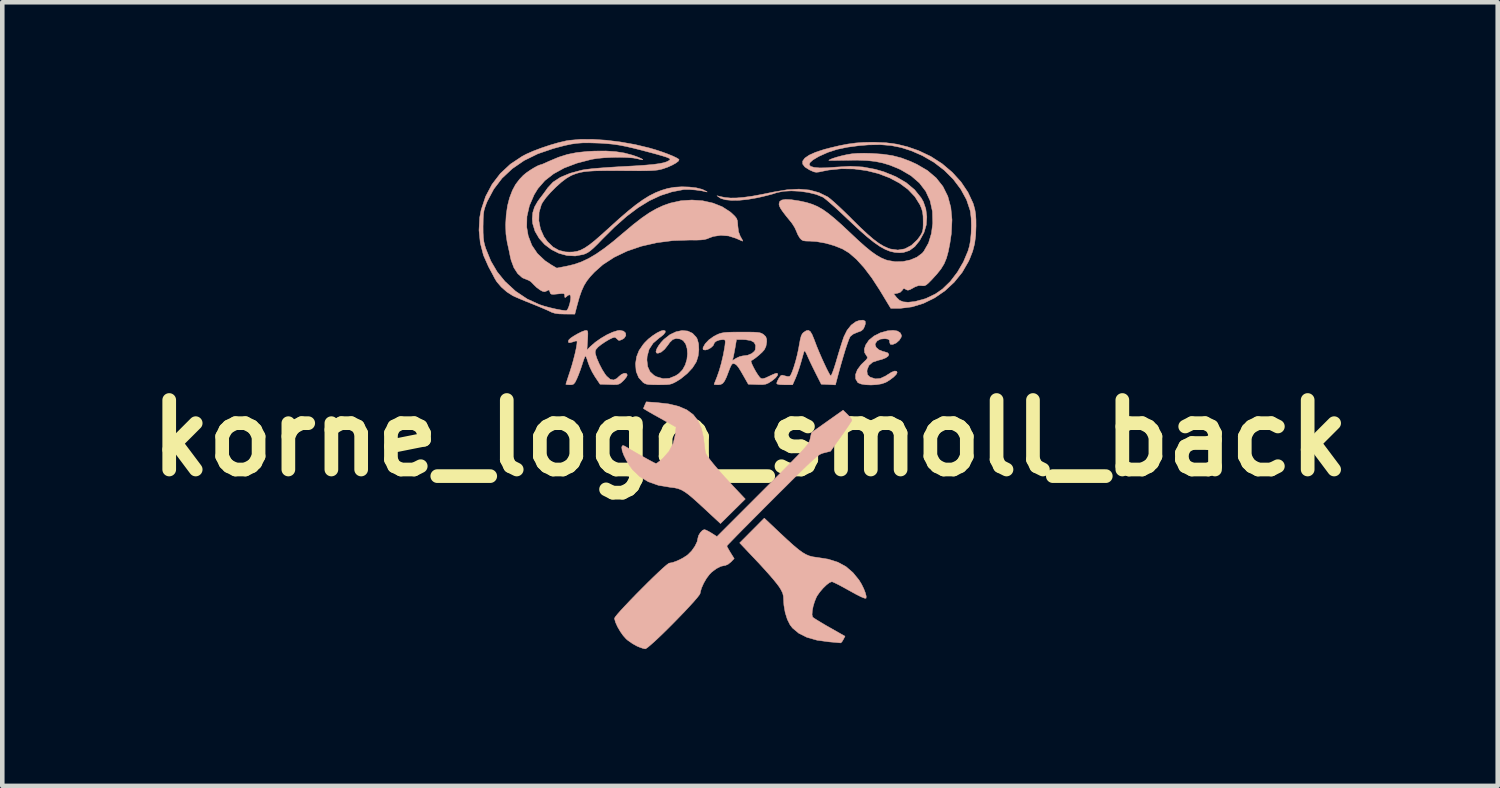
<source format=kicad_pcb>
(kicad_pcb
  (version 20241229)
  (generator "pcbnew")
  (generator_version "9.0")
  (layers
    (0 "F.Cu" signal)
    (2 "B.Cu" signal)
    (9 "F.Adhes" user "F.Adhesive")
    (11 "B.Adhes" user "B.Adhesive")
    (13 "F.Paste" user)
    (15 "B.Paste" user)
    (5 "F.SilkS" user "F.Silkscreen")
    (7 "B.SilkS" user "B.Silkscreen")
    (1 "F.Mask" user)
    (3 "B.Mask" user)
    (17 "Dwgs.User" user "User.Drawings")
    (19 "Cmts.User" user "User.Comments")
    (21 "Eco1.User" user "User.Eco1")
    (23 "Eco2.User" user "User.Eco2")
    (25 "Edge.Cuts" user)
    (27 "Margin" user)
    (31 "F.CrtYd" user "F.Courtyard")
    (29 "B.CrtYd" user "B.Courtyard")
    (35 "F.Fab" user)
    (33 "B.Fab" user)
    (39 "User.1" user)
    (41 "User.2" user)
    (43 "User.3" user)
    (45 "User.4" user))
  (footprint "korne_logo_smoll_back"
    (layer "F.Cu")
    (at 13.397 6.556)
    (property "Reference" "korne_logo_smoll_back" (at 0 0 0) (layer "F.SilkS") (effects (font (size 1.524 1.524) (thickness 0.3))))
    (attr through_hole)
    (fp_poly (pts (xy -2.044 -0.778) (xy -1.782 -0.748) (xy -1.564 -0.695) (xy -1.386 -0.618) (xy -1.246 -0.514) (xy -1.141 -0.38) (xy -1.067 -0.215) (xy -1.022 -0.016) (xy -1.015 0.039) (xy -1.002 0.147) (xy -0.99 0.24) (xy -0.981 0.304) (xy -0.978 0.318) (xy -0.953 0.37) (xy -0.895 0.453) (xy -0.807 0.564) (xy -0.693 0.699) (xy -0.556 0.854) (xy -0.398 1.024) (xy -0.389 1.035) (xy -0.104 1.337) (xy -0.376 1.606) (xy -0.648 1.875) (xy -0.985 1.562) (xy -1.137 1.422) (xy -1.259 1.313) (xy -1.358 1.231) (xy -1.442 1.172) (xy -1.515 1.132) (xy -1.586 1.106) (xy -1.66 1.09) (xy -1.745 1.08) (xy -1.746 1.08) (xy -2.006 1.037) (xy -2.229 0.959) (xy -2.417 0.846) (xy -2.573 0.697) (xy -2.637 0.61) (xy -2.712 0.488) (xy -2.769 0.373) (xy -2.804 0.276) (xy -2.813 0.206) (xy -2.81 0.189) (xy -2.795 0.165) (xy -2.768 0.167) (xy -2.714 0.196) (xy -2.711 0.198) (xy -2.6 0.264) (xy -2.48 0.334) (xy -2.361 0.401) (xy -2.251 0.462) (xy -2.159 0.512) (xy -2.093 0.546) (xy -2.062 0.559) (xy -2.061 0.559) (xy -2.032 0.543) (xy -1.977 0.501) (xy -1.909 0.443) (xy -1.775 0.29) (xy -1.683 0.113) (xy -1.637 -0.081) (xy -1.637 -0.089) (xy -1.622 -0.241) (xy -1.979 -0.441) (xy -2.1 -0.508) (xy -2.203 -0.567) (xy -2.281 -0.613) (xy -2.328 -0.642) (xy -2.337 -0.649) (xy -2.327 -0.676) (xy -2.306 -0.726) (xy -2.275 -0.794) (xy -2.044 -0.778)) (stroke (width 0.01) (type solid)) (fill yes) (layer "B.SilkS"))
    (fp_poly (pts (xy 3.229 -2.348) (xy 3.293 -2.309) (xy 3.321 -2.253) (xy 3.317 -2.216) (xy 3.274 -2.146) (xy 3.206 -2.085) (xy 3.132 -2.053) (xy 3.124 -2.052) (xy 3.078 -2.056) (xy 3.063 -2.092) (xy 3.062 -2.108) (xy 3.055 -2.149) (xy 3.027 -2.169) (xy 2.964 -2.179) (xy 2.954 -2.179) (xy 2.862 -2.17) (xy 2.789 -2.132) (xy 2.748 -2.074) (xy 2.743 -2.045) (xy 2.767 -1.986) (xy 2.828 -1.934) (xy 2.916 -1.899) (xy 2.944 -1.893) (xy 3.017 -1.87) (xy 3.044 -1.837) (xy 3.03 -1.799) (xy 2.978 -1.76) (xy 2.891 -1.725) (xy 2.806 -1.704) (xy 2.687 -1.663) (xy 2.607 -1.593) (xy 2.568 -1.499) (xy 2.565 -1.46) (xy 2.575 -1.392) (xy 2.614 -1.35) (xy 2.64 -1.334) (xy 2.75 -1.298) (xy 2.858 -1.307) (xy 2.975 -1.362) (xy 3.008 -1.384) (xy 3.102 -1.443) (xy 3.173 -1.47) (xy 3.215 -1.464) (xy 3.226 -1.437) (xy 3.205 -1.395) (xy 3.15 -1.339) (xy 3.071 -1.279) (xy 2.98 -1.223) (xy 2.969 -1.218) (xy 2.884 -1.189) (xy 2.773 -1.171) (xy 2.653 -1.164) (xy 2.536 -1.169) (xy 2.437 -1.185) (xy 2.371 -1.212) (xy 2.362 -1.219) (xy 2.316 -1.298) (xy 2.314 -1.393) (xy 2.354 -1.498) (xy 2.436 -1.608) (xy 2.49 -1.661) (xy 2.549 -1.717) (xy 2.574 -1.753) (xy 2.572 -1.781) (xy 2.559 -1.799) (xy 2.513 -1.873) (xy 2.507 -1.951) (xy 2.536 -2.041) (xy 2.608 -2.147) (xy 2.719 -2.238) (xy 2.858 -2.308) (xy 3.012 -2.351) (xy 3.137 -2.362) (xy 3.229 -2.348)) (stroke (width 0.01) (type solid)) (fill yes) (layer "B.SilkS"))
    (fp_poly (pts (xy 0.652 2.077) (xy 0.814 2.228) (xy 0.946 2.347) (xy 1.054 2.438) (xy 1.146 2.506) (xy 1.226 2.553) (xy 1.3 2.584) (xy 1.377 2.604) (xy 1.46 2.616) (xy 1.471 2.617) (xy 1.718 2.657) (xy 1.927 2.723) (xy 2.105 2.82) (xy 2.258 2.952) (xy 2.39 3.114) (xy 2.446 3.206) (xy 2.494 3.304) (xy 2.529 3.395) (xy 2.548 3.468) (xy 2.545 3.51) (xy 2.543 3.513) (xy 2.509 3.511) (xy 2.434 3.481) (xy 2.319 3.423) (xy 2.176 3.344) (xy 2.055 3.277) (xy 1.947 3.219) (xy 1.862 3.177) (xy 1.807 3.153) (xy 1.793 3.15) (xy 1.743 3.169) (xy 1.676 3.22) (xy 1.602 3.292) (xy 1.53 3.376) (xy 1.472 3.459) (xy 1.456 3.488) (xy 1.416 3.585) (xy 1.384 3.691) (xy 1.365 3.792) (xy 1.36 3.875) (xy 1.373 3.925) (xy 1.373 3.927) (xy 1.404 3.95) (xy 1.47 3.992) (xy 1.564 4.049) (xy 1.677 4.116) (xy 1.741 4.152) (xy 2.083 4.346) (xy 2.044 4.421) (xy 2.013 4.471) (xy 1.988 4.492) (xy 1.987 4.492) (xy 1.955 4.489) (xy 1.885 4.482) (xy 1.789 4.474) (xy 1.734 4.469) (xy 1.47 4.433) (xy 1.248 4.37) (xy 1.068 4.28) (xy 0.931 4.165) (xy 0.878 4.096) (xy 0.818 3.976) (xy 0.771 3.826) (xy 0.743 3.664) (xy 0.737 3.555) (xy 0.732 3.468) (xy 0.715 3.398) (xy 0.677 3.322) (xy 0.639 3.261) (xy 0.592 3.198) (xy 0.517 3.105) (xy 0.42 2.993) (xy 0.308 2.868) (xy 0.189 2.738) (xy 0.157 2.705) (xy -0.227 2.299) (xy 0.313 1.756) (xy 0.652 2.077)) (stroke (width 0.01) (type solid)) (fill yes) (layer "B.SilkS"))
    (fp_poly (pts (xy -1.859 -2.35) (xy -1.86 -2.317) (xy -1.898 -2.268) (xy -1.972 -2.209) (xy -1.991 -2.196) (xy -2.125 -2.081) (xy -2.213 -1.947) (xy -2.256 -1.79) (xy -2.261 -1.711) (xy -2.244 -1.566) (xy -2.193 -1.455) (xy -2.105 -1.374) (xy -2.051 -1.345) (xy -1.908 -1.303) (xy -1.769 -1.31) (xy -1.63 -1.367) (xy -1.557 -1.416) (xy -1.478 -1.499) (xy -1.42 -1.605) (xy -1.384 -1.724) (xy -1.371 -1.847) (xy -1.38 -1.964) (xy -1.411 -2.064) (xy -1.466 -2.138) (xy -1.533 -2.173) (xy -1.623 -2.184) (xy -1.694 -2.161) (xy -1.76 -2.097) (xy -1.796 -2.046) (xy -1.872 -1.949) (xy -1.948 -1.885) (xy -2.017 -1.86) (xy -2.048 -1.864) (xy -2.063 -1.894) (xy -2.048 -1.949) (xy -2.007 -2.022) (xy -1.946 -2.103) (xy -1.888 -2.164) (xy -1.757 -2.267) (xy -1.622 -2.331) (xy -1.49 -2.358) (xy -1.367 -2.347) (xy -1.261 -2.298) (xy -1.179 -2.21) (xy -1.157 -2.171) (xy -1.128 -2.065) (xy -1.122 -1.935) (xy -1.138 -1.799) (xy -1.175 -1.678) (xy -1.18 -1.668) (xy -1.261 -1.541) (xy -1.379 -1.414) (xy -1.518 -1.301) (xy -1.586 -1.258) (xy -1.655 -1.218) (xy -1.712 -1.192) (xy -1.769 -1.177) (xy -1.842 -1.171) (xy -1.944 -1.169) (xy -2.008 -1.168) (xy -2.133 -1.17) (xy -2.219 -1.174) (xy -2.277 -1.184) (xy -2.318 -1.202) (xy -2.347 -1.222) (xy -2.442 -1.327) (xy -2.497 -1.462) (xy -2.51 -1.622) (xy -2.51 -1.636) (xy -2.486 -1.786) (xy -2.434 -1.918) (xy -2.345 -2.049) (xy -2.305 -2.096) (xy -2.229 -2.171) (xy -2.136 -2.244) (xy -2.041 -2.306) (xy -1.956 -2.348) (xy -1.899 -2.362) (xy -1.859 -2.35)) (stroke (width 0.01) (type solid)) (fill yes) (layer "B.SilkS"))
    (fp_poly (pts (xy 2.525 -2.563) (xy 2.53 -2.508) (xy 2.512 -2.449) (xy 2.482 -2.388) (xy 2.438 -2.35) (xy 2.364 -2.322) (xy 2.356 -2.32) (xy 2.263 -2.28) (xy 2.2 -2.23) (xy 2.195 -2.223) (xy 2.17 -2.17) (xy 2.135 -2.074) (xy 2.091 -1.943) (xy 2.043 -1.783) (xy 1.99 -1.601) (xy 1.936 -1.403) (xy 1.929 -1.377) (xy 1.873 -1.166) (xy 1.718 -1.174) (xy 1.562 -1.181) (xy 1.434 -1.435) (xy 1.375 -1.554) (xy 1.319 -1.67) (xy 1.274 -1.768) (xy 1.253 -1.816) (xy 1.22 -1.885) (xy 1.196 -1.912) (xy 1.187 -1.905) (xy 1.174 -1.864) (xy 1.153 -1.788) (xy 1.126 -1.692) (xy 1.118 -1.664) (xy 1.082 -1.544) (xy 1.04 -1.42) (xy 1 -1.319) (xy 0.998 -1.314) (xy 0.933 -1.168) (xy 0.759 -1.168) (xy 0.656 -1.172) (xy 0.6 -1.183) (xy 0.584 -1.2) (xy 0.597 -1.242) (xy 0.627 -1.302) (xy 0.634 -1.313) (xy 0.67 -1.365) (xy 0.703 -1.38) (xy 0.752 -1.368) (xy 0.757 -1.366) (xy 0.821 -1.35) (xy 0.868 -1.352) (xy 0.894 -1.384) (xy 0.926 -1.456) (xy 0.962 -1.559) (xy 1 -1.684) (xy 1.035 -1.821) (xy 1.065 -1.96) (xy 1.08 -2.046) (xy 1.102 -2.164) (xy 1.123 -2.242) (xy 1.149 -2.291) (xy 1.175 -2.317) (xy 1.234 -2.355) (xy 1.28 -2.363) (xy 1.321 -2.337) (xy 1.36 -2.273) (xy 1.405 -2.164) (xy 1.419 -2.127) (xy 1.463 -2.011) (xy 1.516 -1.883) (xy 1.573 -1.752) (xy 1.63 -1.627) (xy 1.682 -1.517) (xy 1.727 -1.43) (xy 1.759 -1.376) (xy 1.77 -1.364) (xy 1.785 -1.382) (xy 1.81 -1.44) (xy 1.843 -1.532) (xy 1.88 -1.648) (xy 1.898 -1.71) (xy 1.94 -1.853) (xy 1.983 -1.993) (xy 2.022 -2.115) (xy 2.053 -2.207) (xy 2.059 -2.223) (xy 2.128 -2.363) (xy 2.218 -2.476) (xy 2.319 -2.551) (xy 2.397 -2.579) (xy 2.481 -2.586) (xy 2.525 -2.563)) (stroke (width 0.01) (type solid)) (fill yes) (layer "B.SilkS"))
    (fp_poly (pts (xy -2.774 -2.345) (xy -2.729 -2.303) (xy -2.723 -2.248) (xy -2.759 -2.192) (xy -2.805 -2.162) (xy -2.859 -2.141) (xy -2.89 -2.147) (xy -2.909 -2.168) (xy -2.95 -2.203) (xy -2.975 -2.21) (xy -3.022 -2.195) (xy -3.095 -2.159) (xy -3.18 -2.108) (xy -3.263 -2.052) (xy -3.329 -1.999) (xy -3.335 -1.993) (xy -3.382 -1.939) (xy -3.396 -1.888) (xy -3.39 -1.845) (xy -3.359 -1.747) (xy -3.307 -1.627) (xy -3.244 -1.505) (xy -3.179 -1.402) (xy -3.145 -1.358) (xy -3.067 -1.29) (xy -2.994 -1.273) (xy -2.922 -1.305) (xy -2.879 -1.346) (xy -2.82 -1.395) (xy -2.761 -1.42) (xy -2.714 -1.418) (xy -2.693 -1.387) (xy -2.692 -1.381) (xy -2.71 -1.34) (xy -2.754 -1.284) (xy -2.784 -1.253) (xy -2.831 -1.21) (xy -2.872 -1.185) (xy -2.92 -1.173) (xy -2.99 -1.171) (xy -3.083 -1.174) (xy -3.289 -1.181) (xy -3.398 -1.343) (xy -3.46 -1.447) (xy -3.515 -1.561) (xy -3.55 -1.654) (xy -3.575 -1.732) (xy -3.597 -1.786) (xy -3.608 -1.803) (xy -3.622 -1.781) (xy -3.645 -1.722) (xy -3.674 -1.637) (xy -3.68 -1.616) (xy -3.718 -1.502) (xy -3.761 -1.387) (xy -3.798 -1.299) (xy -3.835 -1.224) (xy -3.867 -1.185) (xy -3.905 -1.17) (xy -3.949 -1.168) (xy -4.008 -1.171) (xy -4.038 -1.178) (xy -4.039 -1.179) (xy -4.031 -1.206) (xy -4.01 -1.271) (xy -3.98 -1.364) (xy -3.948 -1.46) (xy -3.908 -1.587) (xy -3.871 -1.72) (xy -3.838 -1.849) (xy -3.813 -1.963) (xy -3.797 -2.055) (xy -3.792 -2.113) (xy -3.796 -2.128) (xy -3.825 -2.128) (xy -3.88 -2.111) (xy -3.886 -2.108) (xy -3.953 -2.09) (xy -3.985 -2.102) (xy -3.979 -2.142) (xy -3.972 -2.154) (xy -3.934 -2.191) (xy -3.864 -2.238) (xy -3.779 -2.287) (xy -3.693 -2.33) (xy -3.624 -2.356) (xy -3.597 -2.361) (xy -3.574 -2.358) (xy -3.561 -2.34) (xy -3.556 -2.297) (xy -3.558 -2.221) (xy -3.562 -2.147) (xy -3.576 -1.932) (xy -3.5 -2.008) (xy -3.394 -2.1) (xy -3.27 -2.187) (xy -3.139 -2.264) (xy -3.013 -2.322) (xy -2.904 -2.356) (xy -2.854 -2.362) (xy -2.774 -2.345)) (stroke (width 0.01) (type solid)) (fill yes) (layer "B.SilkS"))
    (fp_poly (pts (xy -0.031 -2.324) (xy 0.082 -2.322) (xy 0.161 -2.317) (xy 0.216 -2.309) (xy 0.254 -2.296) (xy 0.285 -2.278) (xy 0.297 -2.27) (xy 0.345 -2.223) (xy 0.364 -2.168) (xy 0.366 -2.11) (xy 0.349 -2.01) (xy 0.313 -1.936) (xy 0.265 -1.882) (xy 0.196 -1.819) (xy 0.121 -1.758) (xy 0.056 -1.713) (xy 0.025 -1.697) (xy 0.023 -1.673) (xy 0.043 -1.619) (xy 0.078 -1.546) (xy 0.122 -1.466) (xy 0.168 -1.392) (xy 0.21 -1.335) (xy 0.237 -1.31) (xy 0.276 -1.301) (xy 0.336 -1.317) (xy 0.414 -1.353) (xy 0.493 -1.39) (xy 0.555 -1.415) (xy 0.582 -1.422) (xy 0.609 -1.409) (xy 0.601 -1.373) (xy 0.562 -1.323) (xy 0.497 -1.268) (xy 0.472 -1.25) (xy 0.404 -1.207) (xy 0.348 -1.183) (xy 0.286 -1.173) (xy 0.199 -1.172) (xy 0.154 -1.174) (xy -0.038 -1.181) (xy -0.142 -1.364) (xy -0.206 -1.475) (xy -0.253 -1.549) (xy -0.289 -1.594) (xy -0.32 -1.619) (xy -0.354 -1.633) (xy -0.354 -1.633) (xy -0.382 -1.631) (xy -0.407 -1.606) (xy -0.436 -1.547) (xy -0.469 -1.462) (xy -0.517 -1.336) (xy -0.558 -1.252) (xy -0.597 -1.201) (xy -0.641 -1.176) (xy -0.696 -1.168) (xy -0.7 -1.168) (xy -0.758 -1.171) (xy -0.787 -1.176) (xy -0.787 -1.177) (xy -0.779 -1.203) (xy -0.755 -1.263) (xy -0.723 -1.343) (xy -0.675 -1.481) (xy -0.627 -1.648) (xy -0.616 -1.698) (xy -0.388 -1.698) (xy -0.302 -1.751) (xy -0.227 -1.786) (xy -0.154 -1.803) (xy -0.145 -1.803) (xy -0.048 -1.817) (xy 0.039 -1.854) (xy 0.099 -1.906) (xy 0.116 -1.939) (xy 0.123 -2.031) (xy 0.091 -2.097) (xy 0.018 -2.138) (xy -0.099 -2.157) (xy -0.155 -2.159) (xy -0.297 -2.159) (xy -0.326 -1.988) (xy -0.344 -1.891) (xy -0.36 -1.807) (xy -0.372 -1.757) (xy -0.388 -1.698) (xy -0.616 -1.698) (xy -0.586 -1.825) (xy -0.556 -1.99) (xy -0.549 -2.038) (xy -0.542 -2.111) (xy -0.548 -2.146) (xy -0.571 -2.158) (xy -0.596 -2.159) (xy -0.676 -2.149) (xy -0.743 -2.123) (xy -0.783 -2.088) (xy -0.787 -2.073) (xy -0.809 -2.027) (xy -0.861 -1.979) (xy -0.927 -1.943) (xy -0.983 -1.93) (xy -1.027 -1.938) (xy -1.032 -1.969) (xy -1.028 -1.988) (xy -0.982 -2.069) (xy -0.901 -2.154) (xy -0.796 -2.229) (xy -0.727 -2.265) (xy -0.674 -2.288) (xy -0.621 -2.303) (xy -0.561 -2.314) (xy -0.481 -2.32) (xy -0.373 -2.323) (xy -0.226 -2.324) (xy -0.186 -2.324) (xy -0.031 -2.324)) (stroke (width 0.01) (type solid)) (fill yes) (layer "B.SilkS"))
    (fp_poly (pts (xy 2.138 -0.516) (xy 2.192 -0.458) (xy 2.227 -0.412) (xy 2.234 -0.395) (xy 2.22 -0.366) (xy 2.181 -0.304) (xy 2.122 -0.216) (xy 2.049 -0.109) (xy 1.999 -0.04) (xy 1.765 0.289) (xy 1.626 0.324) (xy 1.595 0.332) (xy 1.565 0.343) (xy 1.533 0.358) (xy 1.497 0.382) (xy 1.452 0.417) (xy 1.395 0.465) (xy 1.324 0.53) (xy 1.234 0.615) (xy 1.124 0.722) (xy 0.99 0.855) (xy 0.828 1.016) (xy 0.635 1.208) (xy 0.489 1.354) (xy 0.303 1.54) (xy 0.129 1.715) (xy -0.031 1.876) (xy -0.174 2.02) (xy -0.295 2.143) (xy -0.392 2.243) (xy -0.462 2.315) (xy -0.501 2.357) (xy -0.508 2.367) (xy -0.496 2.396) (xy -0.463 2.454) (xy -0.428 2.514) (xy -0.347 2.643) (xy -0.42 2.718) (xy -0.481 2.767) (xy -0.54 2.793) (xy -0.552 2.794) (xy -0.641 2.813) (xy -0.742 2.865) (xy -0.841 2.94) (xy -0.888 2.988) (xy -0.955 3.077) (xy -1.016 3.182) (xy -1.063 3.287) (xy -1.089 3.375) (xy -1.092 3.402) (xy -1.11 3.437) (xy -1.159 3.501) (xy -1.235 3.589) (xy -1.332 3.695) (xy -1.444 3.815) (xy -1.568 3.943) (xy -1.696 4.074) (xy -1.825 4.203) (xy -1.948 4.323) (xy -2.061 4.43) (xy -2.159 4.518) (xy -2.235 4.583) (xy -2.284 4.618) (xy -2.298 4.623) (xy -2.349 4.612) (xy -2.425 4.585) (xy -2.48 4.562) (xy -2.578 4.507) (xy -2.677 4.438) (xy -2.714 4.407) (xy -2.779 4.335) (xy -2.846 4.24) (xy -2.906 4.137) (xy -2.95 4.039) (xy -2.971 3.963) (xy -2.972 3.952) (xy -2.954 3.921) (xy -2.905 3.86) (xy -2.83 3.775) (xy -2.733 3.671) (xy -2.621 3.553) (xy -2.498 3.426) (xy -2.37 3.297) (xy -2.242 3.169) (xy -2.119 3.049) (xy -2.007 2.942) (xy -1.911 2.853) (xy -1.835 2.787) (xy -1.786 2.75) (xy -1.772 2.743) (xy -1.696 2.729) (xy -1.596 2.692) (xy -1.489 2.64) (xy -1.392 2.58) (xy -1.36 2.555) (xy -1.278 2.472) (xy -1.208 2.372) (xy -1.16 2.273) (xy -1.143 2.193) (xy -1.127 2.135) (xy -1.089 2.073) (xy -1.042 2.024) (xy -1.002 2.007) (xy -0.962 2.019) (xy -0.897 2.053) (xy -0.846 2.083) (xy -0.725 2.16) (xy 0.282 1.153) (xy 0.497 0.938) (xy 0.68 0.755) (xy 0.832 0.601) (xy 0.957 0.474) (xy 1.058 0.371) (xy 1.136 0.287) (xy 1.196 0.221) (xy 1.24 0.168) (xy 1.271 0.127) (xy 1.292 0.092) (xy 1.305 0.063) (xy 1.314 0.034) (xy 1.319 0.013) (xy 1.349 -0.121) (xy 1.695 -0.366) (xy 2.041 -0.611) (xy 2.138 -0.516)) (stroke (width 0.01) (type solid)) (fill yes) (layer "B.SilkS"))
    (fp_poly (pts (xy 2.718 -6.487) (xy 2.983 -6.476) (xy 3.222 -6.444) (xy 3.456 -6.386) (xy 3.695 -6.303) (xy 3.963 -6.176) (xy 4.212 -6.016) (xy 4.435 -5.827) (xy 4.626 -5.617) (xy 4.779 -5.389) (xy 4.89 -5.152) (xy 4.905 -5.105) (xy 4.931 -5.009) (xy 4.947 -4.908) (xy 4.955 -4.787) (xy 4.956 -4.648) (xy 4.948 -4.44) (xy 4.925 -4.263) (xy 4.883 -4.099) (xy 4.818 -3.932) (xy 4.791 -3.873) (xy 4.652 -3.633) (xy 4.477 -3.417) (xy 4.274 -3.229) (xy 4.048 -3.074) (xy 3.806 -2.955) (xy 3.554 -2.877) (xy 3.299 -2.845) (xy 3.26 -2.845) (xy 3.086 -2.845) (xy 2.845 -3.244) (xy 2.672 -3.51) (xy 2.501 -3.736) (xy 2.334 -3.92) (xy 2.172 -4.06) (xy 2.03 -4.146) (xy 1.848 -4.219) (xy 1.65 -4.275) (xy 1.456 -4.309) (xy 1.323 -4.318) (xy 1.227 -4.32) (xy 1.167 -4.328) (xy 1.129 -4.348) (xy 1.096 -4.382) (xy 1.095 -4.383) (xy 1.052 -4.453) (xy 1.016 -4.536) (xy 1.014 -4.542) (xy 0.98 -4.616) (xy 0.926 -4.702) (xy 0.892 -4.746) (xy 0.79 -4.871) (xy 0.719 -4.964) (xy 0.672 -5.033) (xy 0.646 -5.085) (xy 0.636 -5.126) (xy 0.636 -5.134) (xy 0.65 -5.187) (xy 0.697 -5.22) (xy 0.78 -5.233) (xy 0.902 -5.227) (xy 1.068 -5.202) (xy 1.105 -5.195) (xy 1.241 -5.165) (xy 1.363 -5.127) (xy 1.479 -5.078) (xy 1.595 -5.012) (xy 1.718 -4.925) (xy 1.855 -4.813) (xy 2.013 -4.673) (xy 2.193 -4.504) (xy 2.374 -4.334) (xy 2.527 -4.198) (xy 2.657 -4.092) (xy 2.77 -4.012) (xy 2.872 -3.953) (xy 2.969 -3.911) (xy 3.018 -3.896) (xy 3.183 -3.867) (xy 3.353 -3.871) (xy 3.516 -3.906) (xy 3.66 -3.967) (xy 3.775 -4.053) (xy 3.812 -4.097) (xy 3.914 -4.276) (xy 3.978 -4.487) (xy 4.007 -4.712) (xy 4 -4.97) (xy 3.949 -5.203) (xy 3.854 -5.411) (xy 3.714 -5.594) (xy 3.531 -5.752) (xy 3.303 -5.886) (xy 3.239 -5.915) (xy 3.072 -5.983) (xy 2.912 -6.032) (xy 2.747 -6.066) (xy 2.565 -6.086) (xy 2.355 -6.094) (xy 2.14 -6.092) (xy 2.002 -6.09) (xy 1.883 -6.088) (xy 1.793 -6.087) (xy 1.739 -6.088) (xy 1.727 -6.089) (xy 1.75 -6.106) (xy 1.811 -6.131) (xy 1.898 -6.159) (xy 2.001 -6.187) (xy 2.106 -6.211) (xy 2.115 -6.213) (xy 2.232 -6.233) (xy 2.356 -6.243) (xy 2.502 -6.246) (xy 2.665 -6.242) (xy 2.909 -6.225) (xy 3.121 -6.194) (xy 3.317 -6.143) (xy 3.513 -6.069) (xy 3.657 -6.003) (xy 3.89 -5.867) (xy 4.081 -5.705) (xy 4.23 -5.517) (xy 4.337 -5.302) (xy 4.403 -5.058) (xy 4.429 -4.785) (xy 4.414 -4.481) (xy 4.383 -4.27) (xy 4.347 -4.088) (xy 4.307 -3.943) (xy 4.256 -3.821) (xy 4.187 -3.708) (xy 4.093 -3.591) (xy 3.987 -3.475) (xy 3.914 -3.401) (xy 3.864 -3.358) (xy 3.824 -3.34) (xy 3.784 -3.339) (xy 3.767 -3.342) (xy 3.697 -3.344) (xy 3.619 -3.316) (xy 3.576 -3.292) (xy 3.506 -3.254) (xy 3.462 -3.242) (xy 3.428 -3.253) (xy 3.415 -3.261) (xy 3.376 -3.282) (xy 3.351 -3.262) (xy 3.34 -3.242) (xy 3.292 -3.195) (xy 3.232 -3.175) (xy 3.151 -3.162) (xy 3.215 -3.081) (xy 3.279 -3.02) (xy 3.359 -2.987) (xy 3.466 -2.978) (xy 3.609 -2.993) (xy 3.628 -2.997) (xy 3.852 -3.058) (xy 4.067 -3.161) (xy 4.221 -3.268) (xy 4.393 -3.435) (xy 4.548 -3.638) (xy 4.68 -3.864) (xy 4.779 -4.099) (xy 4.812 -4.21) (xy 4.835 -4.337) (xy 4.849 -4.493) (xy 4.854 -4.661) (xy 4.849 -4.821) (xy 4.834 -4.956) (xy 4.827 -4.991) (xy 4.748 -5.227) (xy 4.623 -5.456) (xy 4.459 -5.674) (xy 4.26 -5.873) (xy 4.032 -6.048) (xy 3.781 -6.193) (xy 3.772 -6.197) (xy 3.538 -6.299) (xy 3.315 -6.371) (xy 3.093 -6.415) (xy 2.857 -6.434) (xy 2.596 -6.429) (xy 2.395 -6.413) (xy 2.134 -6.378) (xy 1.909 -6.331) (xy 1.709 -6.266) (xy 1.519 -6.181) (xy 1.491 -6.166) (xy 1.378 -6.098) (xy 1.314 -6.04) (xy 1.298 -5.993) (xy 1.329 -5.958) (xy 1.405 -5.935) (xy 1.527 -5.924) (xy 1.692 -5.927) (xy 1.901 -5.943) (xy 1.903 -5.943) (xy 2.201 -5.96) (xy 2.476 -5.944) (xy 2.744 -5.894) (xy 2.934 -5.839) (xy 3.197 -5.732) (xy 3.423 -5.601) (xy 3.609 -5.445) (xy 3.751 -5.269) (xy 3.801 -5.182) (xy 3.855 -5.025) (xy 3.877 -4.849) (xy 3.864 -4.672) (xy 3.817 -4.513) (xy 3.815 -4.508) (xy 3.719 -4.33) (xy 3.613 -4.199) (xy 3.497 -4.113) (xy 3.365 -4.07) (xy 3.281 -4.064) (xy 3.177 -4.071) (xy 3.074 -4.094) (xy 2.966 -4.137) (xy 2.85 -4.201) (xy 2.72 -4.291) (xy 2.572 -4.409) (xy 2.402 -4.558) (xy 2.205 -4.742) (xy 2.124 -4.818) (xy 1.996 -4.939) (xy 1.875 -5.051) (xy 1.766 -5.147) (xy 1.677 -5.223) (xy 1.615 -5.272) (xy 1.594 -5.285) (xy 1.451 -5.343) (xy 1.279 -5.385) (xy 1.092 -5.412) (xy 0.905 -5.421) (xy 0.731 -5.412) (xy 0.586 -5.382) (xy 0.559 -5.373) (xy 0.488 -5.35) (xy 0.382 -5.322) (xy 0.256 -5.291) (xy 0.14 -5.266) (xy -0.056 -5.232) (xy -0.24 -5.214) (xy -0.403 -5.212) (xy -0.538 -5.225) (xy -0.636 -5.254) (xy -0.664 -5.27) (xy -0.724 -5.314) (xy -0.66 -5.298) (xy -0.55 -5.275) (xy -0.43 -5.264) (xy -0.294 -5.265) (xy -0.135 -5.279) (xy 0.053 -5.305) (xy 0.276 -5.346) (xy 0.521 -5.396) (xy 0.814 -5.445) (xy 1.073 -5.459) (xy 1.304 -5.439) (xy 1.51 -5.383) (xy 1.696 -5.292) (xy 1.708 -5.285) (xy 1.761 -5.244) (xy 1.843 -5.174) (xy 1.946 -5.08) (xy 2.063 -4.969) (xy 2.188 -4.847) (xy 2.241 -4.793) (xy 2.423 -4.614) (xy 2.577 -4.471) (xy 2.708 -4.358) (xy 2.823 -4.272) (xy 2.927 -4.209) (xy 3.024 -4.165) (xy 3.079 -4.146) (xy 3.241 -4.123) (xy 3.394 -4.149) (xy 3.537 -4.224) (xy 3.668 -4.347) (xy 3.72 -4.416) (xy 3.758 -4.474) (xy 3.781 -4.526) (xy 3.793 -4.587) (xy 3.797 -4.674) (xy 3.797 -4.746) (xy 3.795 -4.866) (xy 3.784 -4.955) (xy 3.762 -5.033) (xy 3.728 -5.114) (xy 3.617 -5.292) (xy 3.465 -5.452) (xy 3.276 -5.592) (xy 3.057 -5.708) (xy 2.815 -5.8) (xy 2.555 -5.865) (xy 2.283 -5.901) (xy 2.006 -5.906) (xy 1.729 -5.878) (xy 1.602 -5.853) (xy 1.512 -5.834) (xy 1.452 -5.828) (xy 1.399 -5.838) (xy 1.334 -5.867) (xy 1.303 -5.881) (xy 1.204 -5.944) (xy 1.155 -6.008) (xy 1.154 -6.073) (xy 1.202 -6.139) (xy 1.297 -6.204) (xy 1.439 -6.268) (xy 1.626 -6.329) (xy 1.744 -6.36) (xy 1.963 -6.412) (xy 2.15 -6.448) (xy 2.321 -6.471) (xy 2.493 -6.483) (xy 2.682 -6.487) (xy 2.718 -6.487)) (stroke (width 0.01) (type solid)) (fill yes) (layer "B.SilkS"))
    (fp_poly (pts (xy -3.15 -6.531) (xy -2.837 -6.492) (xy -2.521 -6.436) (xy -2.212 -6.362) (xy -2.074 -6.322) (xy -1.937 -6.277) (xy -1.808 -6.23) (xy -1.697 -6.185) (xy -1.613 -6.145) (xy -1.564 -6.115) (xy -1.556 -6.104) (xy -1.571 -6.073) (xy -1.624 -6.032) (xy -1.706 -5.986) (xy -1.806 -5.941) (xy -1.915 -5.903) (xy -1.918 -5.902) (xy -1.969 -5.889) (xy -2.024 -5.878) (xy -2.09 -5.871) (xy -2.175 -5.865) (xy -2.284 -5.862) (xy -2.424 -5.861) (xy -2.603 -5.862) (xy -2.794 -5.863) (xy -3.038 -5.864) (xy -3.238 -5.863) (xy -3.4 -5.86) (xy -3.532 -5.852) (xy -3.639 -5.841) (xy -3.729 -5.824) (xy -3.808 -5.802) (xy -3.883 -5.774) (xy -3.931 -5.753) (xy -4.027 -5.696) (xy -4.141 -5.609) (xy -4.26 -5.502) (xy -4.375 -5.386) (xy -4.475 -5.272) (xy -4.549 -5.169) (xy -4.576 -5.118) (xy -4.626 -4.948) (xy -4.631 -4.766) (xy -4.595 -4.585) (xy -4.52 -4.416) (xy -4.441 -4.306) (xy -4.319 -4.189) (xy -4.192 -4.117) (xy -4.05 -4.082) (xy -3.962 -4.078) (xy -3.873 -4.081) (xy -3.79 -4.095) (xy -3.708 -4.124) (xy -3.619 -4.171) (xy -3.519 -4.239) (xy -3.402 -4.332) (xy -3.261 -4.455) (xy -3.09 -4.609) (xy -3.088 -4.611) (xy -2.867 -4.811) (xy -2.674 -4.977) (xy -2.503 -5.114) (xy -2.351 -5.223) (xy -2.21 -5.311) (xy -2.076 -5.379) (xy -1.943 -5.432) (xy -1.804 -5.474) (xy -1.803 -5.474) (xy -1.66 -5.5) (xy -1.497 -5.51) (xy -1.332 -5.505) (xy -1.178 -5.487) (xy -1.052 -5.455) (xy -1.016 -5.439) (xy -0.961 -5.411) (xy -0.939 -5.396) (xy -0.948 -5.397) (xy -1.062 -5.422) (xy -1.195 -5.44) (xy -1.326 -5.45) (xy -1.435 -5.45) (xy -1.46 -5.448) (xy -1.714 -5.399) (xy -1.961 -5.319) (xy -2.206 -5.205) (xy -2.453 -5.053) (xy -2.707 -4.862) (xy -2.971 -4.628) (xy -3.239 -4.362) (xy -3.349 -4.248) (xy -3.434 -4.166) (xy -3.501 -4.108) (xy -3.557 -4.069) (xy -3.611 -4.042) (xy -3.655 -4.026) (xy -3.833 -3.993) (xy -4.013 -4.003) (xy -4.19 -4.051) (xy -4.356 -4.134) (xy -4.503 -4.245) (xy -4.625 -4.381) (xy -4.715 -4.535) (xy -4.766 -4.703) (xy -4.775 -4.808) (xy -4.764 -4.943) (xy -4.726 -5.065) (xy -4.656 -5.188) (xy -4.604 -5.259) (xy -4.536 -5.348) (xy -4.468 -5.441) (xy -4.435 -5.488) (xy -4.319 -5.613) (xy -4.156 -5.719) (xy -3.946 -5.806) (xy -3.69 -5.875) (xy -3.671 -5.879) (xy -3.586 -5.892) (xy -3.459 -5.907) (xy -3.297 -5.921) (xy -3.109 -5.935) (xy -2.903 -5.948) (xy -2.759 -5.956) (xy -2.502 -5.97) (xy -2.291 -5.985) (xy -2.122 -6) (xy -1.99 -6.018) (xy -1.891 -6.038) (xy -1.821 -6.061) (xy -1.774 -6.087) (xy -1.756 -6.104) (xy -1.754 -6.12) (xy -1.777 -6.137) (xy -1.829 -6.159) (xy -1.917 -6.187) (xy -2.046 -6.224) (xy -2.127 -6.246) (xy -2.36 -6.308) (xy -2.554 -6.357) (xy -2.719 -6.395) (xy -2.863 -6.423) (xy -2.997 -6.443) (xy -3.13 -6.456) (xy -3.271 -6.466) (xy -3.359 -6.469) (xy -3.529 -6.474) (xy -3.67 -6.473) (xy -3.796 -6.464) (xy -3.922 -6.446) (xy -4.062 -6.416) (xy -4.23 -6.372) (xy -4.315 -6.349) (xy -4.652 -6.234) (xy -4.952 -6.087) (xy -5.214 -5.907) (xy -5.438 -5.697) (xy -5.621 -5.457) (xy -5.764 -5.188) (xy -5.785 -5.136) (xy -5.814 -5.057) (xy -5.834 -4.985) (xy -5.845 -4.907) (xy -5.851 -4.809) (xy -5.853 -4.677) (xy -5.854 -4.648) (xy -5.853 -4.502) (xy -5.847 -4.393) (xy -5.836 -4.304) (xy -5.816 -4.222) (xy -5.794 -4.153) (xy -5.683 -3.881) (xy -5.544 -3.644) (xy -5.374 -3.435) (xy -5.142 -3.221) (xy -4.887 -3.05) (xy -4.617 -2.927) (xy -4.51 -2.892) (xy -4.383 -2.858) (xy -4.253 -2.828) (xy -4.136 -2.806) (xy -4.047 -2.795) (xy -4.028 -2.794) (xy -4.002 -2.817) (xy -3.976 -2.874) (xy -3.952 -2.95) (xy -3.936 -3.029) (xy -3.931 -3.095) (xy -3.939 -3.127) (xy -3.962 -3.144) (xy -3.998 -3.125) (xy -4.012 -3.113) (xy -4.049 -3.082) (xy -4.062 -3.087) (xy -4.064 -3.122) (xy -4.067 -3.152) (xy -4.085 -3.167) (xy -4.128 -3.169) (xy -4.209 -3.161) (xy -4.218 -3.16) (xy -4.303 -3.152) (xy -4.351 -3.154) (xy -4.375 -3.168) (xy -4.386 -3.197) (xy -4.401 -3.241) (xy -4.424 -3.246) (xy -4.467 -3.222) (xy -4.508 -3.208) (xy -4.556 -3.221) (xy -4.606 -3.249) (xy -4.682 -3.305) (xy -4.749 -3.371) (xy -4.757 -3.38) (xy -4.811 -3.434) (xy -4.867 -3.465) (xy -4.873 -3.466) (xy -4.991 -3.514) (xy -5.094 -3.606) (xy -5.178 -3.736) (xy -5.239 -3.9) (xy -5.257 -3.975) (xy -5.279 -4.086) (xy -5.307 -4.213) (xy -5.326 -4.299) (xy -5.352 -4.474) (xy -5.359 -4.677) (xy -5.347 -4.89) (xy -5.318 -5.093) (xy -5.274 -5.265) (xy -5.211 -5.43) (xy -5.141 -5.561) (xy -5.054 -5.675) (xy -4.975 -5.758) (xy -4.908 -5.814) (xy -4.823 -5.873) (xy -4.734 -5.928) (xy -4.654 -5.971) (xy -4.597 -5.993) (xy -4.586 -5.994) (xy -4.557 -6.004) (xy -4.494 -6.031) (xy -4.413 -6.068) (xy -4.408 -6.07) (xy -4.202 -6.157) (xy -4.004 -6.22) (xy -3.797 -6.261) (xy -3.567 -6.285) (xy -3.413 -6.293) (xy -3.162 -6.295) (xy -2.947 -6.281) (xy -2.756 -6.251) (xy -2.576 -6.203) (xy -2.476 -6.168) (xy -2.393 -6.133) (xy -2.353 -6.11) (xy -2.359 -6.101) (xy -2.411 -6.11) (xy -2.468 -6.125) (xy -2.562 -6.142) (xy -2.695 -6.153) (xy -2.852 -6.157) (xy -3.021 -6.155) (xy -3.189 -6.147) (xy -3.343 -6.133) (xy -3.47 -6.113) (xy -3.475 -6.112) (xy -3.797 -6.028) (xy -4.074 -5.923) (xy -4.307 -5.795) (xy -4.5 -5.645) (xy -4.652 -5.47) (xy -4.734 -5.336) (xy -4.838 -5.095) (xy -4.892 -4.859) (xy -4.897 -4.626) (xy -4.864 -4.435) (xy -4.785 -4.228) (xy -4.663 -4.047) (xy -4.497 -3.89) (xy -4.359 -3.798) (xy -4.238 -3.727) (xy -4.018 -3.77) (xy -3.854 -3.809) (xy -3.697 -3.864) (xy -3.539 -3.938) (xy -3.375 -4.035) (xy -3.196 -4.159) (xy -2.998 -4.313) (xy -2.773 -4.503) (xy -2.772 -4.503) (xy -2.561 -4.681) (xy -2.375 -4.825) (xy -2.208 -4.94) (xy -2.052 -5.029) (xy -1.901 -5.099) (xy -1.75 -5.152) (xy -1.515 -5.204) (xy -1.274 -5.22) (xy -1.037 -5.203) (xy -0.813 -5.153) (xy -0.611 -5.073) (xy -0.44 -4.963) (xy -0.403 -4.932) (xy -0.335 -4.867) (xy -0.296 -4.818) (xy -0.277 -4.767) (xy -0.27 -4.696) (xy -0.268 -4.658) (xy -0.252 -4.525) (xy -0.212 -4.421) (xy -0.205 -4.41) (xy -0.173 -4.354) (xy -0.159 -4.322) (xy -0.161 -4.318) (xy -0.188 -4.328) (xy -0.248 -4.354) (xy -0.309 -4.381) (xy -0.469 -4.432) (xy -0.64 -4.446) (xy -0.804 -4.422) (xy -0.889 -4.391) (xy -0.945 -4.368) (xy -1.004 -4.353) (xy -1.077 -4.345) (xy -1.176 -4.341) (xy -1.314 -4.342) (xy -1.321 -4.342) (xy -1.69 -4.33) (xy -2.046 -4.284) (xy -2.383 -4.207) (xy -2.696 -4.1) (xy -2.978 -3.965) (xy -3.226 -3.804) (xy -3.41 -3.641) (xy -3.505 -3.539) (xy -3.58 -3.444) (xy -3.641 -3.344) (xy -3.693 -3.229) (xy -3.742 -3.09) (xy -3.791 -2.914) (xy -3.811 -2.838) (xy -3.842 -2.718) (xy -4.061 -2.719) (xy -4.185 -2.723) (xy -4.275 -2.735) (xy -4.347 -2.757) (xy -4.381 -2.774) (xy -4.445 -2.804) (xy -4.542 -2.846) (xy -4.661 -2.896) (xy -4.787 -2.947) (xy -4.793 -2.949) (xy -4.92 -3) (xy -5.041 -3.05) (xy -5.14 -3.093) (xy -5.207 -3.124) (xy -5.208 -3.125) (xy -5.334 -3.206) (xy -5.455 -3.313) (xy -5.555 -3.43) (xy -5.6 -3.505) (xy -5.646 -3.594) (xy -5.702 -3.698) (xy -5.735 -3.759) (xy -5.845 -4.008) (xy -5.915 -4.278) (xy -5.943 -4.558) (xy -5.928 -4.836) (xy -5.896 -5.004) (xy -5.798 -5.298) (xy -5.657 -5.564) (xy -5.475 -5.801) (xy -5.255 -6.006) (xy -4.998 -6.177) (xy -4.908 -6.225) (xy -4.756 -6.292) (xy -4.577 -6.36) (xy -4.386 -6.424) (xy -4.2 -6.478) (xy -4.035 -6.517) (xy -3.962 -6.529) (xy -3.723 -6.55) (xy -3.449 -6.551) (xy -3.15 -6.531)) (stroke (width 0.01) (type solid)) (fill yes) (layer "B.SilkS")))
  (gr_rect
    (start -3 -3)
    (end 29.793 14.183)
    (stroke (width 0.1) (type default))
    (fill no)
    (layer "Edge.Cuts")))
</source>
